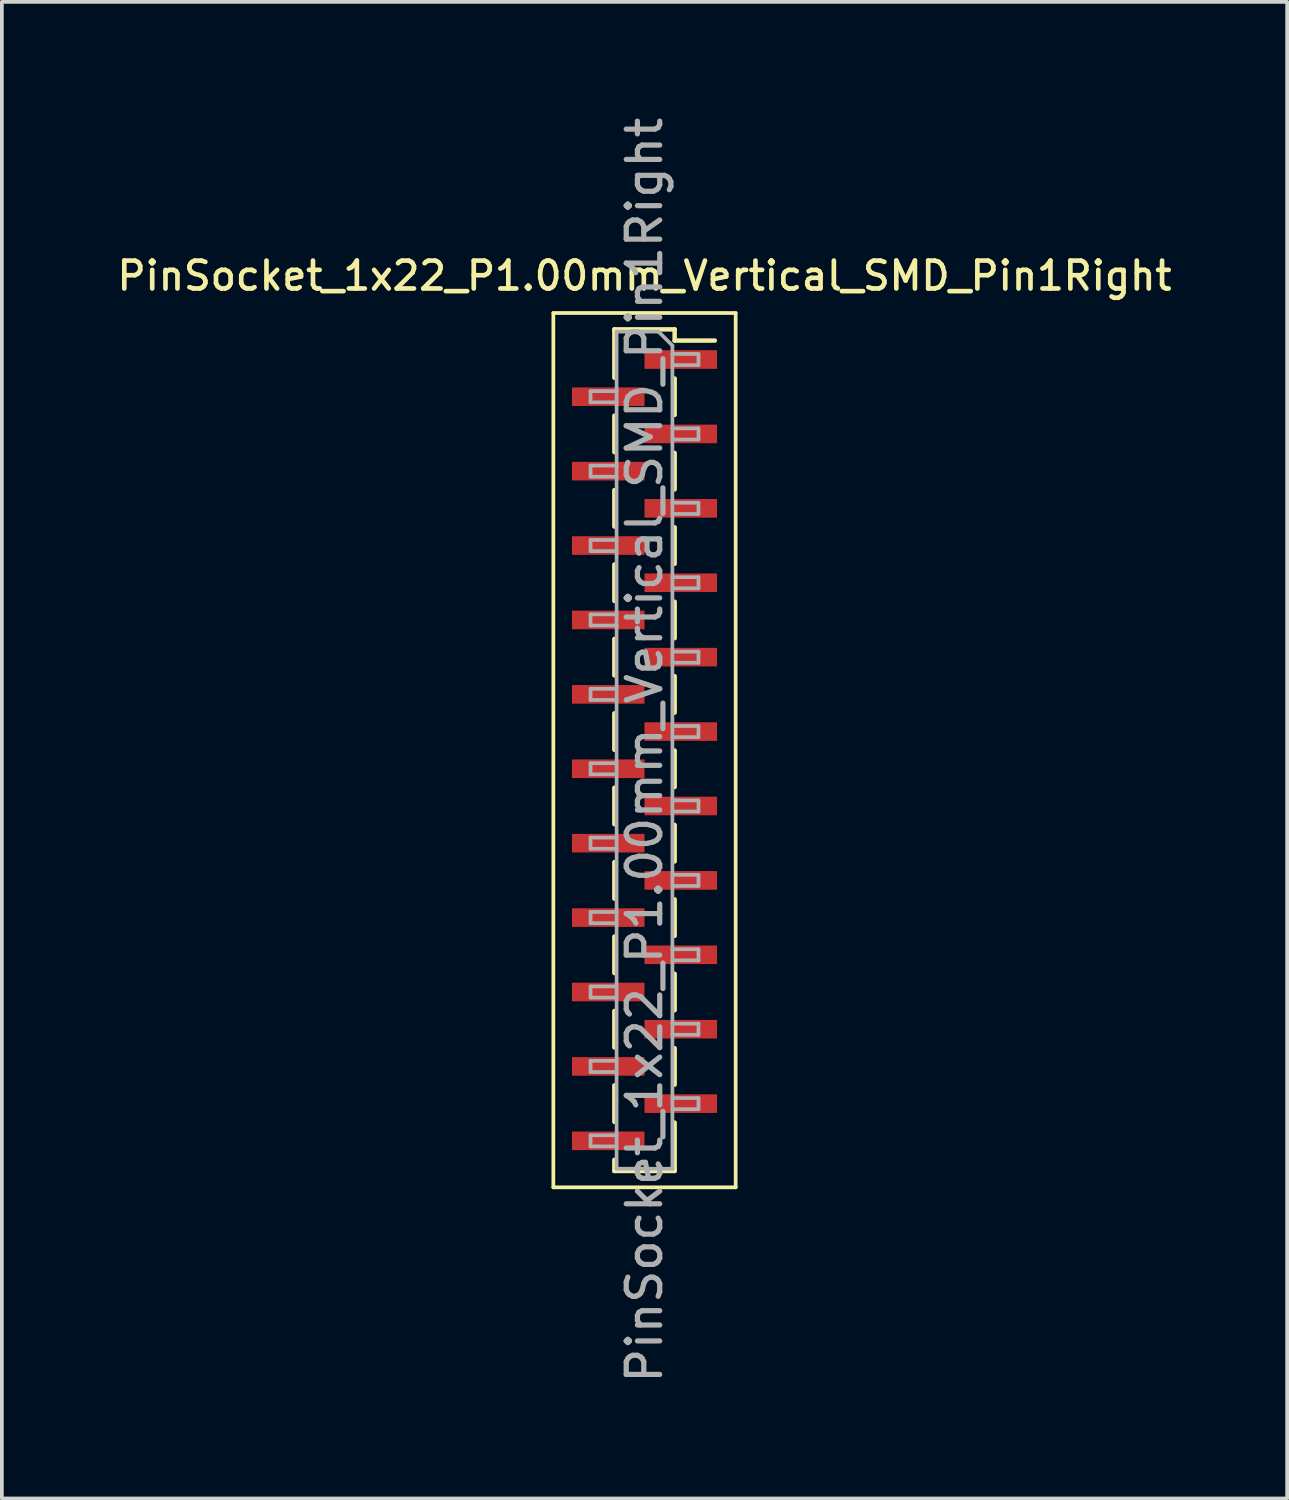
<source format=kicad_pcb>
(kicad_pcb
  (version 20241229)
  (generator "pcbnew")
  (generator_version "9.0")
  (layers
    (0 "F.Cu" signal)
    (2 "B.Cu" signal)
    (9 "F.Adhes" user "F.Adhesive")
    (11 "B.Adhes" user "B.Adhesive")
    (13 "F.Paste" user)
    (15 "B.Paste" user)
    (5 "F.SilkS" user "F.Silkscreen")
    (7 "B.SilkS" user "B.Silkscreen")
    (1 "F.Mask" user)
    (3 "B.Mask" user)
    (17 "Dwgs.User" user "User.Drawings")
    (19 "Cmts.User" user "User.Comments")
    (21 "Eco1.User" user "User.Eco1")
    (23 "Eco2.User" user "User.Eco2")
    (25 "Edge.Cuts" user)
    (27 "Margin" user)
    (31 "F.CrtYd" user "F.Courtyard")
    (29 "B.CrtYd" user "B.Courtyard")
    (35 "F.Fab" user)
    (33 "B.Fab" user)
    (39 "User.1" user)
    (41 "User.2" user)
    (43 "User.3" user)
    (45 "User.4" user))
  (footprint "PinSocket_1x22_P1.00mm_Vertical_SMD_Pin1Right"
    (layer "F.Cu")
    (at 14.273 17.113)
    (property "Reference" "PinSocket_1x22_P1.00mm_Vertical_SMD_Pin1Right" (at 0 -12.75 0) (layer "F.SilkS") (effects (font (size 0.75 0.75) (thickness 0.125))))
    (attr smd)
    (fp_line (start -2.45 -11.75) (end 2.45 -11.75) (stroke (width 0.1) (type solid)) (layer "F.SilkS"))
    (fp_line (start -2.45 11.75) (end -2.45 -11.75) (stroke (width 0.1) (type solid)) (layer "F.SilkS"))
    (fp_line (start -0.81 -11.31) (end -0.81 -10.01) (stroke (width 0.12) (type solid)) (layer "F.SilkS"))
    (fp_line (start -0.81 -11.31) (end 0.81 -11.31) (stroke (width 0.12) (type solid)) (layer "F.SilkS"))
    (fp_line (start -0.81 -8.99) (end -0.81 -8.01) (stroke (width 0.12) (type solid)) (layer "F.SilkS"))
    (fp_line (start -0.81 -6.99) (end -0.81 -6.01) (stroke (width 0.12) (type solid)) (layer "F.SilkS"))
    (fp_line (start -0.81 -4.99) (end -0.81 -4.01) (stroke (width 0.12) (type solid)) (layer "F.SilkS"))
    (fp_line (start -0.81 -2.99) (end -0.81 -2.01) (stroke (width 0.12) (type solid)) (layer "F.SilkS"))
    (fp_line (start -0.81 -0.99) (end -0.81 -0.01) (stroke (width 0.12) (type solid)) (layer "F.SilkS"))
    (fp_line (start -0.81 1.01) (end -0.81 1.99) (stroke (width 0.12) (type solid)) (layer "F.SilkS"))
    (fp_line (start -0.81 3.01) (end -0.81 3.99) (stroke (width 0.12) (type solid)) (layer "F.SilkS"))
    (fp_line (start -0.81 5.01) (end -0.81 5.99) (stroke (width 0.12) (type solid)) (layer "F.SilkS"))
    (fp_line (start -0.81 7.01) (end -0.81 7.99) (stroke (width 0.12) (type solid)) (layer "F.SilkS"))
    (fp_line (start -0.81 9.01) (end -0.81 9.99) (stroke (width 0.12) (type solid)) (layer "F.SilkS"))
    (fp_line (start -0.81 11.01) (end -0.81 11.31) (stroke (width 0.12) (type solid)) (layer "F.SilkS"))
    (fp_line (start -0.81 11.31) (end 0.81 11.31) (stroke (width 0.12) (type solid)) (layer "F.SilkS"))
    (fp_line (start 0.81 -11.31) (end 0.81 -11.01) (stroke (width 0.12) (type solid)) (layer "F.SilkS"))
    (fp_line (start 0.81 -11.01) (end 1.89 -11.01) (stroke (width 0.12) (type solid)) (layer "F.SilkS"))
    (fp_line (start 0.81 -9.99) (end 0.81 -9.01) (stroke (width 0.12) (type solid)) (layer "F.SilkS"))
    (fp_line (start 0.81 -7.99) (end 0.81 -7.01) (stroke (width 0.12) (type solid)) (layer "F.SilkS"))
    (fp_line (start 0.81 -5.99) (end 0.81 -5.01) (stroke (width 0.12) (type solid)) (layer "F.SilkS"))
    (fp_line (start 0.81 -3.99) (end 0.81 -3.01) (stroke (width 0.12) (type solid)) (layer "F.SilkS"))
    (fp_line (start 0.81 -1.99) (end 0.81 -1.01) (stroke (width 0.12) (type solid)) (layer "F.SilkS"))
    (fp_line (start 0.81 0.01) (end 0.81 0.99) (stroke (width 0.12) (type solid)) (layer "F.SilkS"))
    (fp_line (start 0.81 2.01) (end 0.81 2.99) (stroke (width 0.12) (type solid)) (layer "F.SilkS"))
    (fp_line (start 0.81 4.01) (end 0.81 4.99) (stroke (width 0.12) (type solid)) (layer "F.SilkS"))
    (fp_line (start 0.81 6.01) (end 0.81 6.99) (stroke (width 0.12) (type solid)) (layer "F.SilkS"))
    (fp_line (start 0.81 8.01) (end 0.81 8.99) (stroke (width 0.12) (type solid)) (layer "F.SilkS"))
    (fp_line (start 0.81 10.01) (end 0.81 11.31) (stroke (width 0.12) (type solid)) (layer "F.SilkS"))
    (fp_line (start 2.45 -11.75) (end 2.45 11.75) (stroke (width 0.1) (type solid)) (layer "F.SilkS"))
    (fp_line (start 2.45 11.75) (end -2.45 11.75) (stroke (width 0.1) (type solid)) (layer "F.SilkS"))
    (fp_line (start -1.45 -9.65) (end -0.75 -9.65) (stroke (width 0.1) (type solid)) (layer "F.Fab"))
    (fp_line (start -1.45 -9.35) (end -1.45 -9.65) (stroke (width 0.1) (type solid)) (layer "F.Fab"))
    (fp_line (start -1.45 -7.65) (end -0.75 -7.65) (stroke (width 0.1) (type solid)) (layer "F.Fab"))
    (fp_line (start -1.45 -7.35) (end -1.45 -7.65) (stroke (width 0.1) (type solid)) (layer "F.Fab"))
    (fp_line (start -1.45 -5.65) (end -0.75 -5.65) (stroke (width 0.1) (type solid)) (layer "F.Fab"))
    (fp_line (start -1.45 -5.35) (end -1.45 -5.65) (stroke (width 0.1) (type solid)) (layer "F.Fab"))
    (fp_line (start -1.45 -3.65) (end -0.75 -3.65) (stroke (width 0.1) (type solid)) (layer "F.Fab"))
    (fp_line (start -1.45 -3.35) (end -1.45 -3.65) (stroke (width 0.1) (type solid)) (layer "F.Fab"))
    (fp_line (start -1.45 -1.65) (end -0.75 -1.65) (stroke (width 0.1) (type solid)) (layer "F.Fab"))
    (fp_line (start -1.45 -1.35) (end -1.45 -1.65) (stroke (width 0.1) (type solid)) (layer "F.Fab"))
    (fp_line (start -1.45 0.35) (end -0.75 0.35) (stroke (width 0.1) (type solid)) (layer "F.Fab"))
    (fp_line (start -1.45 0.65) (end -1.45 0.35) (stroke (width 0.1) (type solid)) (layer "F.Fab"))
    (fp_line (start -1.45 2.35) (end -0.75 2.35) (stroke (width 0.1) (type solid)) (layer "F.Fab"))
    (fp_line (start -1.45 2.65) (end -1.45 2.35) (stroke (width 0.1) (type solid)) (layer "F.Fab"))
    (fp_line (start -1.45 4.35) (end -0.75 4.35) (stroke (width 0.1) (type solid)) (layer "F.Fab"))
    (fp_line (start -1.45 4.65) (end -1.45 4.35) (stroke (width 0.1) (type solid)) (layer "F.Fab"))
    (fp_line (start -1.45 6.35) (end -0.75 6.35) (stroke (width 0.1) (type solid)) (layer "F.Fab"))
    (fp_line (start -1.45 6.65) (end -1.45 6.35) (stroke (width 0.1) (type solid)) (layer "F.Fab"))
    (fp_line (start -1.45 8.35) (end -0.75 8.35) (stroke (width 0.1) (type solid)) (layer "F.Fab"))
    (fp_line (start -1.45 8.65) (end -1.45 8.35) (stroke (width 0.1) (type solid)) (layer "F.Fab"))
    (fp_line (start -1.45 10.35) (end -0.75 10.35) (stroke (width 0.1) (type solid)) (layer "F.Fab"))
    (fp_line (start -1.45 10.65) (end -1.45 10.35) (stroke (width 0.1) (type solid)) (layer "F.Fab"))
    (fp_line (start -0.75 -11.25) (end 0.375 -11.25) (stroke (width 0.1) (type solid)) (layer "F.Fab"))
    (fp_line (start -0.75 -9.35) (end -1.45 -9.35) (stroke (width 0.1) (type solid)) (layer "F.Fab"))
    (fp_line (start -0.75 -7.35) (end -1.45 -7.35) (stroke (width 0.1) (type solid)) (layer "F.Fab"))
    (fp_line (start -0.75 -5.35) (end -1.45 -5.35) (stroke (width 0.1) (type solid)) (layer "F.Fab"))
    (fp_line (start -0.75 -3.35) (end -1.45 -3.35) (stroke (width 0.1) (type solid)) (layer "F.Fab"))
    (fp_line (start -0.75 -1.35) (end -1.45 -1.35) (stroke (width 0.1) (type solid)) (layer "F.Fab"))
    (fp_line (start -0.75 0.65) (end -1.45 0.65) (stroke (width 0.1) (type solid)) (layer "F.Fab"))
    (fp_line (start -0.75 2.65) (end -1.45 2.65) (stroke (width 0.1) (type solid)) (layer "F.Fab"))
    (fp_line (start -0.75 4.65) (end -1.45 4.65) (stroke (width 0.1) (type solid)) (layer "F.Fab"))
    (fp_line (start -0.75 6.65) (end -1.45 6.65) (stroke (width 0.1) (type solid)) (layer "F.Fab"))
    (fp_line (start -0.75 8.65) (end -1.45 8.65) (stroke (width 0.1) (type solid)) (layer "F.Fab"))
    (fp_line (start -0.75 10.65) (end -1.45 10.65) (stroke (width 0.1) (type solid)) (layer "F.Fab"))
    (fp_line (start -0.75 11.25) (end -0.75 -11.25) (stroke (width 0.1) (type solid)) (layer "F.Fab"))
    (fp_line (start 0.375 -11.25) (end 0.75 -10.875) (stroke (width 0.1) (type solid)) (layer "F.Fab"))
    (fp_line (start 0.75 -10.875) (end 0.75 11.25) (stroke (width 0.1) (type solid)) (layer "F.Fab"))
    (fp_line (start 0.75 -10.65) (end 1.45 -10.65) (stroke (width 0.1) (type solid)) (layer "F.Fab"))
    (fp_line (start 0.75 -8.65) (end 1.45 -8.65) (stroke (width 0.1) (type solid)) (layer "F.Fab"))
    (fp_line (start 0.75 -6.65) (end 1.45 -6.65) (stroke (width 0.1) (type solid)) (layer "F.Fab"))
    (fp_line (start 0.75 -4.65) (end 1.45 -4.65) (stroke (width 0.1) (type solid)) (layer "F.Fab"))
    (fp_line (start 0.75 -2.65) (end 1.45 -2.65) (stroke (width 0.1) (type solid)) (layer "F.Fab"))
    (fp_line (start 0.75 -0.65) (end 1.45 -0.65) (stroke (width 0.1) (type solid)) (layer "F.Fab"))
    (fp_line (start 0.75 1.35) (end 1.45 1.35) (stroke (width 0.1) (type solid)) (layer "F.Fab"))
    (fp_line (start 0.75 3.35) (end 1.45 3.35) (stroke (width 0.1) (type solid)) (layer "F.Fab"))
    (fp_line (start 0.75 5.35) (end 1.45 5.35) (stroke (width 0.1) (type solid)) (layer "F.Fab"))
    (fp_line (start 0.75 7.35) (end 1.45 7.35) (stroke (width 0.1) (type solid)) (layer "F.Fab"))
    (fp_line (start 0.75 9.35) (end 1.45 9.35) (stroke (width 0.1) (type solid)) (layer "F.Fab"))
    (fp_line (start 0.75 11.25) (end -0.75 11.25) (stroke (width 0.1) (type solid)) (layer "F.Fab"))
    (fp_line (start 1.45 -10.65) (end 1.45 -10.35) (stroke (width 0.1) (type solid)) (layer "F.Fab"))
    (fp_line (start 1.45 -10.35) (end 0.75 -10.35) (stroke (width 0.1) (type solid)) (layer "F.Fab"))
    (fp_line (start 1.45 -8.65) (end 1.45 -8.35) (stroke (width 0.1) (type solid)) (layer "F.Fab"))
    (fp_line (start 1.45 -8.35) (end 0.75 -8.35) (stroke (width 0.1) (type solid)) (layer "F.Fab"))
    (fp_line (start 1.45 -6.65) (end 1.45 -6.35) (stroke (width 0.1) (type solid)) (layer "F.Fab"))
    (fp_line (start 1.45 -6.35) (end 0.75 -6.35) (stroke (width 0.1) (type solid)) (layer "F.Fab"))
    (fp_line (start 1.45 -4.65) (end 1.45 -4.35) (stroke (width 0.1) (type solid)) (layer "F.Fab"))
    (fp_line (start 1.45 -4.35) (end 0.75 -4.35) (stroke (width 0.1) (type solid)) (layer "F.Fab"))
    (fp_line (start 1.45 -2.65) (end 1.45 -2.35) (stroke (width 0.1) (type solid)) (layer "F.Fab"))
    (fp_line (start 1.45 -2.35) (end 0.75 -2.35) (stroke (width 0.1) (type solid)) (layer "F.Fab"))
    (fp_line (start 1.45 -0.65) (end 1.45 -0.35) (stroke (width 0.1) (type solid)) (layer "F.Fab"))
    (fp_line (start 1.45 -0.35) (end 0.75 -0.35) (stroke (width 0.1) (type solid)) (layer "F.Fab"))
    (fp_line (start 1.45 1.35) (end 1.45 1.65) (stroke (width 0.1) (type solid)) (layer "F.Fab"))
    (fp_line (start 1.45 1.65) (end 0.75 1.65) (stroke (width 0.1) (type solid)) (layer "F.Fab"))
    (fp_line (start 1.45 3.35) (end 1.45 3.65) (stroke (width 0.1) (type solid)) (layer "F.Fab"))
    (fp_line (start 1.45 3.65) (end 0.75 3.65) (stroke (width 0.1) (type solid)) (layer "F.Fab"))
    (fp_line (start 1.45 5.35) (end 1.45 5.65) (stroke (width 0.1) (type solid)) (layer "F.Fab"))
    (fp_line (start 1.45 5.65) (end 0.75 5.65) (stroke (width 0.1) (type solid)) (layer "F.Fab"))
    (fp_line (start 1.45 7.35) (end 1.45 7.65) (stroke (width 0.1) (type solid)) (layer "F.Fab"))
    (fp_line (start 1.45 7.65) (end 0.75 7.65) (stroke (width 0.1) (type solid)) (layer "F.Fab"))
    (fp_line (start 1.45 9.35) (end 1.45 9.65) (stroke (width 0.1) (type solid)) (layer "F.Fab"))
    (fp_line (start 1.45 9.65) (end 0.75 9.65) (stroke (width 0.1) (type solid)) (layer "F.Fab"))
    (fp_text user "${REFERENCE}" (at 0 0 90) (layer "F.Fab") (effects (font (size 0.9 0.9) (thickness 0.14))))
    (pad "1" smd rect (at 0.975 -10.5) (size 1.95 0.5) (layers "F.Cu" "F.Mask" "F.Paste"))
    (pad "2" smd rect (at -0.975 -9.5) (size 1.95 0.5) (layers "F.Cu" "F.Mask" "F.Paste"))
    (pad "3" smd rect (at 0.975 -8.5) (size 1.95 0.5) (layers "F.Cu" "F.Mask" "F.Paste"))
    (pad "4" smd rect (at -0.975 -7.5) (size 1.95 0.5) (layers "F.Cu" "F.Mask" "F.Paste"))
    (pad "5" smd rect (at 0.975 -6.5) (size 1.95 0.5) (layers "F.Cu" "F.Mask" "F.Paste"))
    (pad "6" smd rect (at -0.975 -5.5) (size 1.95 0.5) (layers "F.Cu" "F.Mask" "F.Paste"))
    (pad "7" smd rect (at 0.975 -4.5) (size 1.95 0.5) (layers "F.Cu" "F.Mask" "F.Paste"))
    (pad "8" smd rect (at -0.975 -3.5) (size 1.95 0.5) (layers "F.Cu" "F.Mask" "F.Paste"))
    (pad "9" smd rect (at 0.975 -2.5) (size 1.95 0.5) (layers "F.Cu" "F.Mask" "F.Paste"))
    (pad "10" smd rect (at -0.975 -1.5) (size 1.95 0.5) (layers "F.Cu" "F.Mask" "F.Paste"))
    (pad "11" smd rect (at 0.975 -0.5) (size 1.95 0.5) (layers "F.Cu" "F.Mask" "F.Paste"))
    (pad "12" smd rect (at -0.975 0.5) (size 1.95 0.5) (layers "F.Cu" "F.Mask" "F.Paste"))
    (pad "13" smd rect (at 0.975 1.5) (size 1.95 0.5) (layers "F.Cu" "F.Mask" "F.Paste"))
    (pad "14" smd rect (at -0.975 2.5) (size 1.95 0.5) (layers "F.Cu" "F.Mask" "F.Paste"))
    (pad "15" smd rect (at 0.975 3.5) (size 1.95 0.5) (layers "F.Cu" "F.Mask" "F.Paste"))
    (pad "16" smd rect (at -0.975 4.5) (size 1.95 0.5) (layers "F.Cu" "F.Mask" "F.Paste"))
    (pad "17" smd rect (at 0.975 5.5) (size 1.95 0.5) (layers "F.Cu" "F.Mask" "F.Paste"))
    (pad "18" smd rect (at -0.975 6.5) (size 1.95 0.5) (layers "F.Cu" "F.Mask" "F.Paste"))
    (pad "19" smd rect (at 0.975 7.5) (size 1.95 0.5) (layers "F.Cu" "F.Mask" "F.Paste"))
    (pad "20" smd rect (at -0.975 8.5) (size 1.95 0.5) (layers "F.Cu" "F.Mask" "F.Paste"))
    (pad "21" smd rect (at 0.975 9.5) (size 1.95 0.5) (layers "F.Cu" "F.Mask" "F.Paste"))
    (pad "22" smd rect (at -0.975 10.5) (size 1.95 0.5) (layers "F.Cu" "F.Mask" "F.Paste")))
  (gr_rect
    (start -3 -3)
    (end 31.546 37.226)
    (stroke (width 0.1) (type default))
    (fill no)
    (layer "Edge.Cuts")))
</source>
